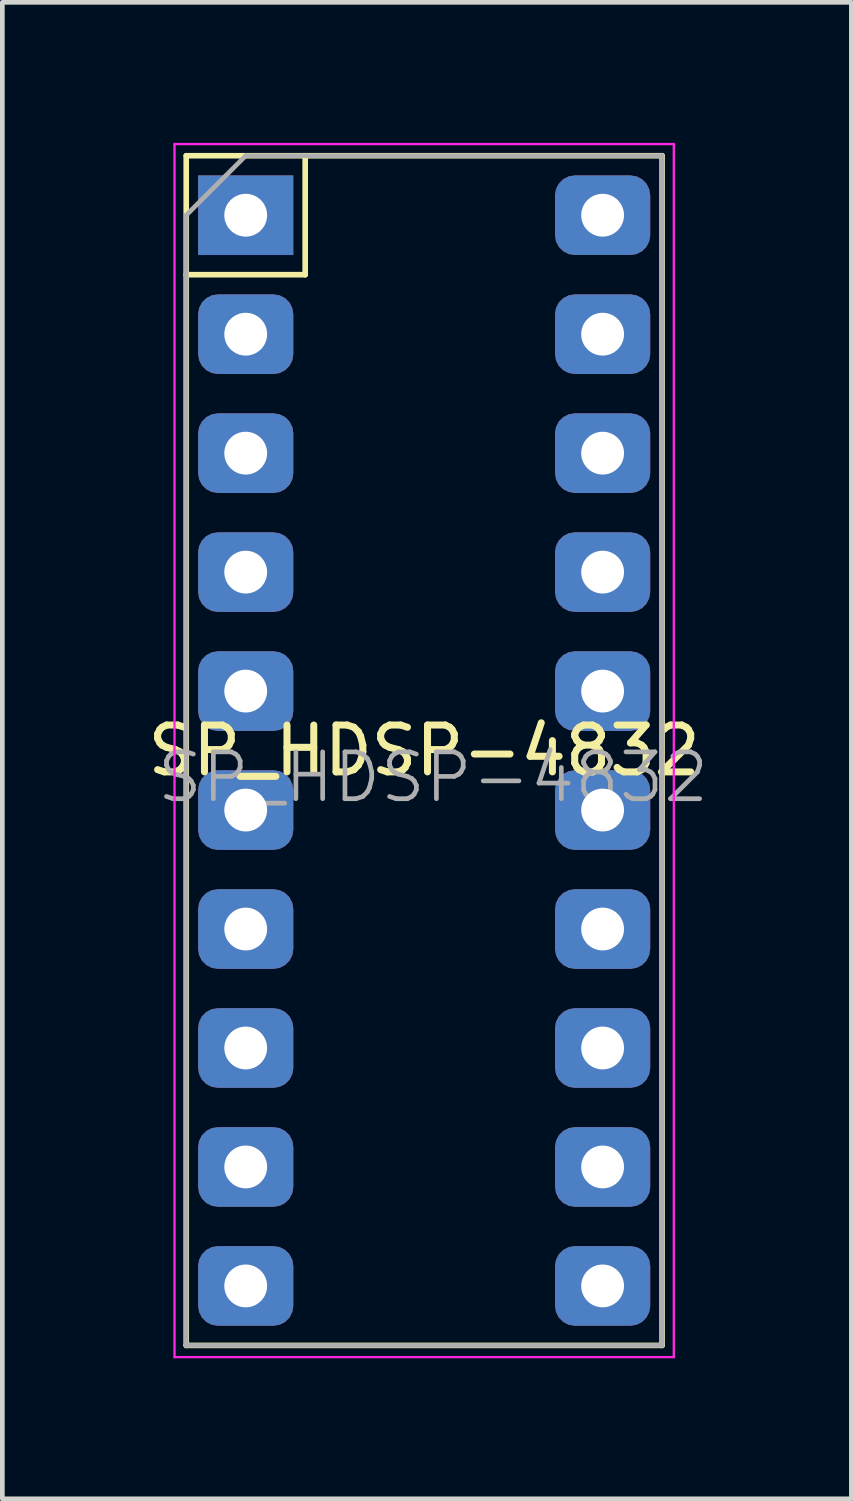
<source format=kicad_pcb>
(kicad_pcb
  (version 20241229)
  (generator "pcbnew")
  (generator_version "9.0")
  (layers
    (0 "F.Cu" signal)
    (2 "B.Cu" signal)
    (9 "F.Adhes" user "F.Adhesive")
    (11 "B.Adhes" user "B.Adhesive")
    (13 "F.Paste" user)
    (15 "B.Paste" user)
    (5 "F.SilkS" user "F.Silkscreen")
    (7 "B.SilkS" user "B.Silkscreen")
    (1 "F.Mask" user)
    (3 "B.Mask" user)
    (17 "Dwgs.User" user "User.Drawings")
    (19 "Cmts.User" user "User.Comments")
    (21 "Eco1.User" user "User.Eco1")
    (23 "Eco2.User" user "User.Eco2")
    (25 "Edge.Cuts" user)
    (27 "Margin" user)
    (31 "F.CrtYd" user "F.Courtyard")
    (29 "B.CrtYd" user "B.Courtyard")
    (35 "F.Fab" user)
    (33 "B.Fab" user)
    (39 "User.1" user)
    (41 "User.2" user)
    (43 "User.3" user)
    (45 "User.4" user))
  (footprint "SP_HDSP-4832"
    (layer "F.Cu")
    (at 2.196 1.545)
    (property "Reference" "SP_HDSP-4832" (at 3.81 11.43 0) (layer "F.SilkS") (effects (font (size 1 1) (thickness 0.15))))
    (attr through_hole)
    (fp_line (start -1.27 -1.27) (end 8.89 -1.27) (stroke (width 0.12) (type solid)) (layer "F.SilkS"))
    (fp_line (start -1.27 1.27) (end 1.27 1.27) (stroke (width 0.12) (type default)) (layer "F.SilkS"))
    (fp_line (start -1.27 24.13) (end -1.27 -1.27) (stroke (width 0.12) (type solid)) (layer "F.SilkS"))
    (fp_line (start 1.27 1.27) (end 1.27 -1.27) (stroke (width 0.12) (type default)) (layer "F.SilkS"))
    (fp_line (start 8.89 -1.27) (end 8.89 24.13) (stroke (width 0.12) (type solid)) (layer "F.SilkS"))
    (fp_line (start 8.89 24.13) (end -1.27 24.13) (stroke (width 0.12) (type solid)) (layer "F.SilkS"))
    (fp_line (start -1.52 -1.52) (end -1.52 24.38) (stroke (width 0.05) (type solid)) (layer "F.CrtYd"))
    (fp_line (start -1.52 -1.52) (end 9.14 -1.52) (stroke (width 0.05) (type solid)) (layer "F.CrtYd"))
    (fp_line (start -1.52 24.38) (end 9.14 24.38) (stroke (width 0.05) (type solid)) (layer "F.CrtYd"))
    (fp_line (start 9.14 24.38) (end 9.14 -1.52) (stroke (width 0.05) (type solid)) (layer "F.CrtYd"))
    (fp_line (start -1.27 0) (end -1.27 24.13) (stroke (width 0.1) (type solid)) (layer "F.Fab"))
    (fp_line (start -1.27 24.13) (end 8.89 24.13) (stroke (width 0.1) (type solid)) (layer "F.Fab"))
    (fp_line (start 0 -1.27) (end -1.27 0) (stroke (width 0.1) (type solid)) (layer "F.Fab"))
    (fp_line (start 0 -1.27) (end 8.89 -1.27) (stroke (width 0.1) (type solid)) (layer "F.Fab"))
    (fp_line (start 8.89 -1.27) (end 8.89 24.13) (stroke (width 0.1) (type solid)) (layer "F.Fab"))
    (fp_text user "${REFERENCE}" (at 4 12 0) (layer "F.Fab") (effects (font (size 1 1) (thickness 0.1))))
    (pad "1" thru_hole rect (at 0 0 270) (size 1.7 2.032) (drill 0.914) (layers "*.Cu" "*.Mask"))
    (pad "2" thru_hole roundrect (at 0 2.54 270) (size 1.7 2.032) (drill 0.914) (layers "*.Cu" "*.Mask") (roundrect_rratio 0.25))
    (pad "3" thru_hole roundrect (at 0 5.08 270) (size 1.7 2.032) (drill 0.914) (layers "*.Cu" "*.Mask") (roundrect_rratio 0.25))
    (pad "4" thru_hole roundrect (at 0 7.62 270) (size 1.7 2.032) (drill 0.914) (layers "*.Cu" "*.Mask") (roundrect_rratio 0.25))
    (pad "5" thru_hole roundrect (at 0 10.16 270) (size 1.7 2.032) (drill 0.914) (layers "*.Cu" "*.Mask") (roundrect_rratio 0.25))
    (pad "6" thru_hole roundrect (at 0 12.7 270) (size 1.7 2.032) (drill 0.914) (layers "*.Cu" "*.Mask") (roundrect_rratio 0.25))
    (pad "7" thru_hole roundrect (at 0 15.24 270) (size 1.7 2.032) (drill 0.914) (layers "*.Cu" "*.Mask") (roundrect_rratio 0.25))
    (pad "8" thru_hole roundrect (at 0 17.78 270) (size 1.7 2.032) (drill 0.914) (layers "*.Cu" "*.Mask") (roundrect_rratio 0.25))
    (pad "9" thru_hole roundrect (at 0 20.32 270) (size 1.7 2.032) (drill 0.914) (layers "*.Cu" "*.Mask") (roundrect_rratio 0.25))
    (pad "10" thru_hole roundrect (at 0 22.86 270) (size 1.7 2.032) (drill 0.914) (layers "*.Cu" "*.Mask") (roundrect_rratio 0.25))
    (pad "11" thru_hole roundrect (at 7.62 22.86 270) (size 1.7 2.032) (drill 0.914) (layers "*.Cu" "*.Mask") (roundrect_rratio 0.25))
    (pad "12" thru_hole roundrect (at 7.62 20.32 270) (size 1.7 2.032) (drill 0.914) (layers "*.Cu" "*.Mask") (roundrect_rratio 0.25))
    (pad "13" thru_hole roundrect (at 7.62 17.78 270) (size 1.7 2.032) (drill 0.914) (layers "*.Cu" "*.Mask") (roundrect_rratio 0.25))
    (pad "14" thru_hole roundrect (at 7.62 15.24 270) (size 1.7 2.032) (drill 0.914) (layers "*.Cu" "*.Mask") (roundrect_rratio 0.25))
    (pad "15" thru_hole roundrect (at 7.62 12.7 270) (size 1.7 2.032) (drill 0.914) (layers "*.Cu" "*.Mask") (roundrect_rratio 0.25))
    (pad "16" thru_hole roundrect (at 7.62 10.16 270) (size 1.7 2.032) (drill 0.914) (layers "*.Cu" "*.Mask") (roundrect_rratio 0.25))
    (pad "17" thru_hole roundrect (at 7.62 7.62 270) (size 1.7 2.032) (drill 0.914) (layers "*.Cu" "*.Mask") (roundrect_rratio 0.25))
    (pad "18" thru_hole roundrect (at 7.62 5.08 270) (size 1.7 2.032) (drill 0.914) (layers "*.Cu" "*.Mask") (roundrect_rratio 0.25))
    (pad "19" thru_hole roundrect (at 7.62 2.54 270) (size 1.7 2.032) (drill 0.914) (layers "*.Cu" "*.Mask") (roundrect_rratio 0.25))
    (pad "20" thru_hole roundrect (at 7.62 0 270) (size 1.7 2.032) (drill 0.914) (layers "*.Cu" "*.Mask") (roundrect_rratio 0.25)))
  (gr_rect
    (start -3 -3)
    (end 15.127 28.95)
    (stroke (width 0.1) (type default))
    (fill no)
    (layer "Edge.Cuts")))
</source>
